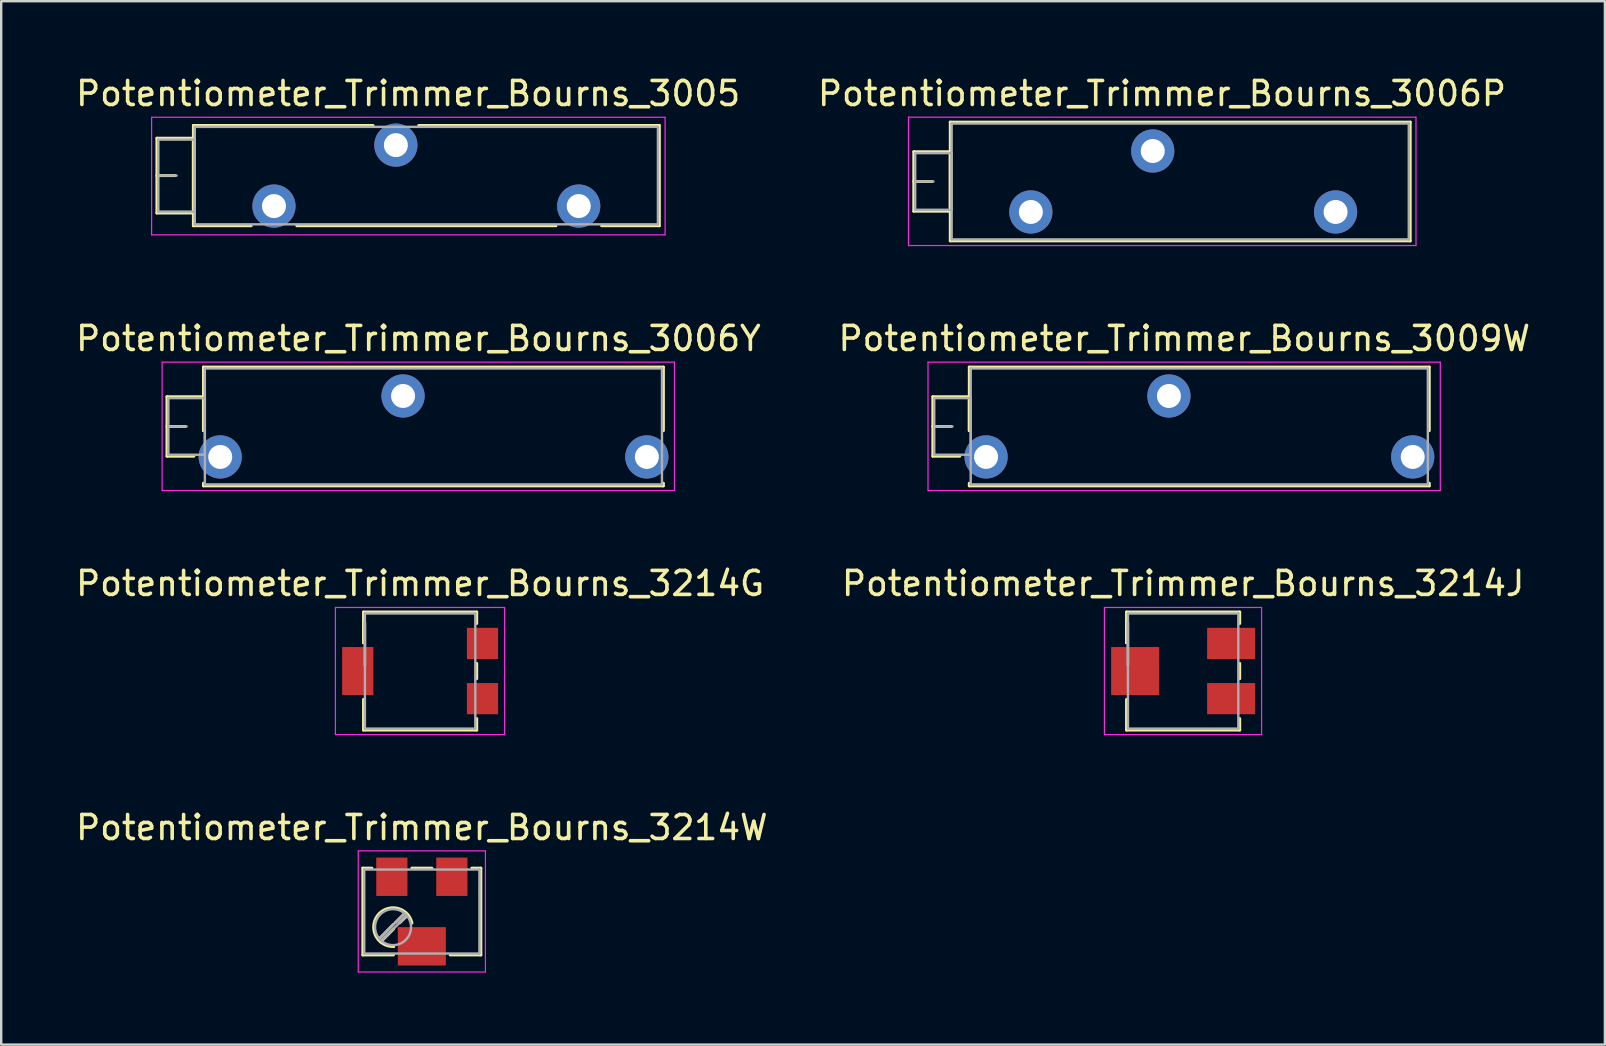
<source format=kicad_pcb>
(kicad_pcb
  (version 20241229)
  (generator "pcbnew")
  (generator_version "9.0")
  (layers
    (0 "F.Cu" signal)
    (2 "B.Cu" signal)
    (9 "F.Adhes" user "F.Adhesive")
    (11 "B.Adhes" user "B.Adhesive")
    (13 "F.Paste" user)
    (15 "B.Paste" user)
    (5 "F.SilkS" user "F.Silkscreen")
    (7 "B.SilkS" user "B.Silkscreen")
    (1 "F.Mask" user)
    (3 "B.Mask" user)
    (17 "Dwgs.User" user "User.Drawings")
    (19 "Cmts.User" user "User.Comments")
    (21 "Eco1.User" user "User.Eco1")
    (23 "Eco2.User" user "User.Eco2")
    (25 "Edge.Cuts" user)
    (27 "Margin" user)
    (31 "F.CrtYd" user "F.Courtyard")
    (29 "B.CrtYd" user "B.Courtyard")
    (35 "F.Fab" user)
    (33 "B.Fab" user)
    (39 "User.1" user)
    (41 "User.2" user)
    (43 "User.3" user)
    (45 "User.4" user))
  (footprint "Potentiometer_Trimmer_Bourns_3005"
    (layer "F.Cu")
    (at 21.068 5.538)
    (property "Reference" "Potentiometer_Trimmer_Bourns_3005" (at -7.11 -4.69 0) (layer "F.SilkS") (effects (font (size 1 1) (thickness 0.15))))
    (attr through_hole)
    (fp_line (start -17.58 -2.83) (end -17.58 0.29) (stroke (width 0.12) (type solid)) (layer "F.SilkS"))
    (fp_line (start -17.58 -2.83) (end -16.061 -2.83) (stroke (width 0.12) (type solid)) (layer "F.SilkS"))
    (fp_line (start -17.58 -1.27) (end -16.82 -1.27) (stroke (width 0.12) (type solid)) (layer "F.SilkS"))
    (fp_line (start -17.58 0.29) (end -16.061 0.29) (stroke (width 0.12) (type solid)) (layer "F.SilkS"))
    (fp_line (start -16.061 -2.83) (end -16.061 0.29) (stroke (width 0.12) (type solid)) (layer "F.SilkS"))
    (fp_line (start -16.06 -3.36) (end -16.06 0.82) (stroke (width 0.12) (type solid)) (layer "F.SilkS"))
    (fp_line (start -16.06 -3.36) (end -8.57 -3.36) (stroke (width 0.12) (type solid)) (layer "F.SilkS"))
    (fp_line (start -16.06 0.82) (end -13.65 0.82) (stroke (width 0.12) (type solid)) (layer "F.SilkS"))
    (fp_line (start -11.749 0.82) (end -0.95 0.82) (stroke (width 0.12) (type solid)) (layer "F.SilkS"))
    (fp_line (start -6.669 -3.36) (end 3.361 -3.36) (stroke (width 0.12) (type solid)) (layer "F.SilkS"))
    (fp_line (start 0.951 0.82) (end 3.361 0.82) (stroke (width 0.12) (type solid)) (layer "F.SilkS"))
    (fp_line (start 3.361 -3.36) (end 3.361 0.82) (stroke (width 0.12) (type solid)) (layer "F.SilkS"))
    (fp_line (start -17.8 -3.7) (end -17.8 1.2) (stroke (width 0.05) (type solid)) (layer "F.CrtYd"))
    (fp_line (start -17.8 1.2) (end 3.6 1.2) (stroke (width 0.05) (type solid)) (layer "F.CrtYd"))
    (fp_line (start 3.6 -3.7) (end -17.8 -3.7) (stroke (width 0.05) (type solid)) (layer "F.CrtYd"))
    (fp_line (start 3.6 1.2) (end 3.6 -3.7) (stroke (width 0.05) (type solid)) (layer "F.CrtYd"))
    (fp_line (start -17.52 -2.77) (end -17.52 0.23) (stroke (width 0.1) (type solid)) (layer "F.Fab"))
    (fp_line (start -17.52 -1.27) (end -16.76 -1.27) (stroke (width 0.1) (type solid)) (layer "F.Fab"))
    (fp_line (start -17.52 0.23) (end -16 0.23) (stroke (width 0.1) (type solid)) (layer "F.Fab"))
    (fp_line (start -16 -3.3) (end -16 0.76) (stroke (width 0.1) (type solid)) (layer "F.Fab"))
    (fp_line (start -16 -2.77) (end -17.52 -2.77) (stroke (width 0.1) (type solid)) (layer "F.Fab"))
    (fp_line (start -16 0.23) (end -16 -2.77) (stroke (width 0.1) (type solid)) (layer "F.Fab"))
    (fp_line (start -16 0.76) (end 3.3 0.76) (stroke (width 0.1) (type solid)) (layer "F.Fab"))
    (fp_line (start 3.3 -3.3) (end -16 -3.3) (stroke (width 0.1) (type solid)) (layer "F.Fab"))
    (fp_line (start 3.3 0.76) (end 3.3 -3.3) (stroke (width 0.1) (type solid)) (layer "F.Fab"))
    (pad "1" thru_hole circle (at 0 0) (size 1.8 1.8) (drill 1) (layers "*.Cu" "*.Mask"))
    (pad "2" thru_hole circle (at -7.62 -2.54) (size 1.8 1.8) (drill 1) (layers "*.Cu" "*.Mask"))
    (pad "3" thru_hole circle (at -12.7 0) (size 1.8 1.8) (drill 1) (layers "*.Cu" "*.Mask")))
  (footprint "Potentiometer_Trimmer_Bourns_3006Y"
    (layer "F.Cu")
    (at 23.907 15.992)
    (property "Reference" "Potentiometer_Trimmer_Bourns_3006Y" (at -9.52 -4.935 0) (layer "F.SilkS") (effects (font (size 1 1) (thickness 0.15))))
    (attr through_hole)
    (fp_line (start -20 -2.51) (end -20 -0.03) (stroke (width 0.12) (type solid)) (layer "F.SilkS"))
    (fp_line (start -20 -2.51) (end -18.481 -2.51) (stroke (width 0.12) (type solid)) (layer "F.SilkS"))
    (fp_line (start -20 -1.27) (end -19.24 -1.27) (stroke (width 0.12) (type solid)) (layer "F.SilkS"))
    (fp_line (start -20 -0.03) (end -18.875 -0.03) (stroke (width 0.12) (type solid)) (layer "F.SilkS"))
    (fp_line (start -18.481 -2.51) (end -18.481 -1.095) (stroke (width 0.12) (type solid)) (layer "F.SilkS"))
    (fp_line (start -18.48 -3.745) (end -18.48 -1.095) (stroke (width 0.12) (type solid)) (layer "F.SilkS"))
    (fp_line (start -18.48 -3.745) (end 0.691 -3.745) (stroke (width 0.12) (type solid)) (layer "F.SilkS"))
    (fp_line (start -18.48 1.095) (end -18.48 1.206) (stroke (width 0.12) (type solid)) (layer "F.SilkS"))
    (fp_line (start -18.48 1.206) (end 0.691 1.206) (stroke (width 0.12) (type solid)) (layer "F.SilkS"))
    (fp_line (start 0.691 -3.745) (end 0.691 -1.095) (stroke (width 0.12) (type solid)) (layer "F.SilkS"))
    (fp_line (start 0.691 1.095) (end 0.691 1.206) (stroke (width 0.12) (type solid)) (layer "F.SilkS"))
    (fp_line (start -20.2 -3.95) (end -20.2 1.4) (stroke (width 0.05) (type solid)) (layer "F.CrtYd"))
    (fp_line (start -20.2 1.4) (end 1.15 1.4) (stroke (width 0.05) (type solid)) (layer "F.CrtYd"))
    (fp_line (start 1.15 -3.95) (end -20.2 -3.95) (stroke (width 0.05) (type solid)) (layer "F.CrtYd"))
    (fp_line (start 1.15 1.4) (end 1.15 -3.95) (stroke (width 0.05) (type solid)) (layer "F.CrtYd"))
    (fp_line (start -19.94 -2.45) (end -19.94 -0.09) (stroke (width 0.1) (type solid)) (layer "F.Fab"))
    (fp_line (start -19.94 -1.27) (end -19.18 -1.27) (stroke (width 0.1) (type solid)) (layer "F.Fab"))
    (fp_line (start -19.94 -0.09) (end -18.42 -0.09) (stroke (width 0.1) (type solid)) (layer "F.Fab"))
    (fp_line (start -18.42 -3.685) (end -18.42 1.145) (stroke (width 0.1) (type solid)) (layer "F.Fab"))
    (fp_line (start -18.42 -2.45) (end -19.94 -2.45) (stroke (width 0.1) (type solid)) (layer "F.Fab"))
    (fp_line (start -18.42 -0.09) (end -18.42 -2.45) (stroke (width 0.1) (type solid)) (layer "F.Fab"))
    (fp_line (start -18.42 1.145) (end 0.63 1.145) (stroke (width 0.1) (type solid)) (layer "F.Fab"))
    (fp_line (start 0.63 -3.685) (end -18.42 -3.685) (stroke (width 0.1) (type solid)) (layer "F.Fab"))
    (fp_line (start 0.63 1.145) (end 0.63 -3.685) (stroke (width 0.1) (type solid)) (layer "F.Fab"))
    (pad "1" thru_hole circle (at 0 0) (size 1.8 1.8) (drill 1) (layers "*.Cu" "*.Mask"))
    (pad "2" thru_hole circle (at -10.16 -2.54) (size 1.8 1.8) (drill 1) (layers "*.Cu" "*.Mask"))
    (pad "3" thru_hole circle (at -17.78 0) (size 1.8 1.8) (drill 1) (layers "*.Cu" "*.Mask")))
  (footprint "Potentiometer_Trimmer_Bourns_3009W"
    (layer "F.Cu")
    (at 55.824 15.992)
    (property "Reference" "Potentiometer_Trimmer_Bourns_3009W" (at -9.52 -4.935 0) (layer "F.SilkS") (effects (font (size 1 1) (thickness 0.15))))
    (attr through_hole)
    (fp_line (start -20 -2.51) (end -20 -0.03) (stroke (width 0.12) (type solid)) (layer "F.SilkS"))
    (fp_line (start -20 -2.51) (end -18.481 -2.51) (stroke (width 0.12) (type solid)) (layer "F.SilkS"))
    (fp_line (start -20 -1.27) (end -19.24 -1.27) (stroke (width 0.12) (type solid)) (layer "F.SilkS"))
    (fp_line (start -20 -0.03) (end -18.875 -0.03) (stroke (width 0.12) (type solid)) (layer "F.SilkS"))
    (fp_line (start -18.481 -2.51) (end -18.481 -1.095) (stroke (width 0.12) (type solid)) (layer "F.SilkS"))
    (fp_line (start -18.48 -3.745) (end -18.48 -1.095) (stroke (width 0.12) (type solid)) (layer "F.SilkS"))
    (fp_line (start -18.48 -3.745) (end 0.691 -3.745) (stroke (width 0.12) (type solid)) (layer "F.SilkS"))
    (fp_line (start -18.48 1.095) (end -18.48 1.206) (stroke (width 0.12) (type solid)) (layer "F.SilkS"))
    (fp_line (start -18.48 1.206) (end 0.691 1.206) (stroke (width 0.12) (type solid)) (layer "F.SilkS"))
    (fp_line (start 0.691 -3.745) (end 0.691 -1.095) (stroke (width 0.12) (type solid)) (layer "F.SilkS"))
    (fp_line (start 0.691 1.095) (end 0.691 1.206) (stroke (width 0.12) (type solid)) (layer "F.SilkS"))
    (fp_line (start -20.2 -3.95) (end -20.2 1.4) (stroke (width 0.05) (type solid)) (layer "F.CrtYd"))
    (fp_line (start -20.2 1.4) (end 1.15 1.4) (stroke (width 0.05) (type solid)) (layer "F.CrtYd"))
    (fp_line (start 1.15 -3.95) (end -20.2 -3.95) (stroke (width 0.05) (type solid)) (layer "F.CrtYd"))
    (fp_line (start 1.15 1.4) (end 1.15 -3.95) (stroke (width 0.05) (type solid)) (layer "F.CrtYd"))
    (fp_line (start -19.94 -2.45) (end -19.94 -0.09) (stroke (width 0.1) (type solid)) (layer "F.Fab"))
    (fp_line (start -19.94 -1.27) (end -19.18 -1.27) (stroke (width 0.1) (type solid)) (layer "F.Fab"))
    (fp_line (start -19.94 -0.09) (end -18.42 -0.09) (stroke (width 0.1) (type solid)) (layer "F.Fab"))
    (fp_line (start -18.42 -3.685) (end -18.42 1.145) (stroke (width 0.1) (type solid)) (layer "F.Fab"))
    (fp_line (start -18.42 -2.45) (end -19.94 -2.45) (stroke (width 0.1) (type solid)) (layer "F.Fab"))
    (fp_line (start -18.42 -0.09) (end -18.42 -2.45) (stroke (width 0.1) (type solid)) (layer "F.Fab"))
    (fp_line (start -18.42 1.145) (end 0.63 1.145) (stroke (width 0.1) (type solid)) (layer "F.Fab"))
    (fp_line (start 0.63 -3.685) (end -18.42 -3.685) (stroke (width 0.1) (type solid)) (layer "F.Fab"))
    (fp_line (start 0.63 1.145) (end 0.63 -3.685) (stroke (width 0.1) (type solid)) (layer "F.Fab"))
    (pad "1" thru_hole circle (at 0 0) (size 1.8 1.8) (drill 1) (layers "*.Cu" "*.Mask"))
    (pad "2" thru_hole circle (at -10.16 -2.54) (size 1.8 1.8) (drill 1) (layers "*.Cu" "*.Mask"))
    (pad "3" thru_hole circle (at -17.78 0) (size 1.8 1.8) (drill 1) (layers "*.Cu" "*.Mask")))
  (footprint "Potentiometer_Trimmer_Bourns_3006P"
    (layer "F.Cu")
    (at 52.61 5.783)
    (property "Reference" "Potentiometer_Trimmer_Bourns_3006P" (at -7.235 -4.935 0) (layer "F.SilkS") (effects (font (size 1 1) (thickness 0.15))))
    (attr through_hole)
    (fp_line (start -17.58 -2.51) (end -17.58 -0.03) (stroke (width 0.12) (type solid)) (layer "F.SilkS"))
    (fp_line (start -17.58 -2.51) (end -16.061 -2.51) (stroke (width 0.12) (type solid)) (layer "F.SilkS"))
    (fp_line (start -17.58 -1.27) (end -16.82 -1.27) (stroke (width 0.12) (type solid)) (layer "F.SilkS"))
    (fp_line (start -17.58 -0.03) (end -16.061 -0.03) (stroke (width 0.12) (type solid)) (layer "F.SilkS"))
    (fp_line (start -16.061 -2.51) (end -16.061 -0.03) (stroke (width 0.12) (type solid)) (layer "F.SilkS"))
    (fp_line (start -16.06 -3.745) (end -16.06 1.206) (stroke (width 0.12) (type solid)) (layer "F.SilkS"))
    (fp_line (start -16.06 -3.745) (end 3.111 -3.745) (stroke (width 0.12) (type solid)) (layer "F.SilkS"))
    (fp_line (start -16.06 1.206) (end 3.111 1.206) (stroke (width 0.12) (type solid)) (layer "F.SilkS"))
    (fp_line (start 3.111 -3.745) (end 3.111 1.206) (stroke (width 0.12) (type solid)) (layer "F.SilkS"))
    (fp_line (start -17.8 -3.95) (end -17.8 1.4) (stroke (width 0.05) (type solid)) (layer "F.CrtYd"))
    (fp_line (start -17.8 1.4) (end 3.35 1.4) (stroke (width 0.05) (type solid)) (layer "F.CrtYd"))
    (fp_line (start 3.35 -3.95) (end -17.8 -3.95) (stroke (width 0.05) (type solid)) (layer "F.CrtYd"))
    (fp_line (start 3.35 1.4) (end 3.35 -3.95) (stroke (width 0.05) (type solid)) (layer "F.CrtYd"))
    (fp_line (start -17.52 -2.45) (end -17.52 -0.09) (stroke (width 0.1) (type solid)) (layer "F.Fab"))
    (fp_line (start -17.52 -1.27) (end -16.76 -1.27) (stroke (width 0.1) (type solid)) (layer "F.Fab"))
    (fp_line (start -17.52 -0.09) (end -16 -0.09) (stroke (width 0.1) (type solid)) (layer "F.Fab"))
    (fp_line (start -16 -3.685) (end -16 1.145) (stroke (width 0.1) (type solid)) (layer "F.Fab"))
    (fp_line (start -16 -2.45) (end -17.52 -2.45) (stroke (width 0.1) (type solid)) (layer "F.Fab"))
    (fp_line (start -16 -0.09) (end -16 -2.45) (stroke (width 0.1) (type solid)) (layer "F.Fab"))
    (fp_line (start -16 1.145) (end 3.05 1.145) (stroke (width 0.1) (type solid)) (layer "F.Fab"))
    (fp_line (start 3.05 -3.685) (end -16 -3.685) (stroke (width 0.1) (type solid)) (layer "F.Fab"))
    (fp_line (start 3.05 1.145) (end 3.05 -3.685) (stroke (width 0.1) (type solid)) (layer "F.Fab"))
    (pad "1" thru_hole circle (at 0 0) (size 1.8 1.8) (drill 1) (layers "*.Cu" "*.Mask"))
    (pad "2" thru_hole circle (at -7.62 -2.54) (size 1.8 1.8) (drill 1) (layers "*.Cu" "*.Mask"))
    (pad "3" thru_hole circle (at -12.7 0) (size 1.8 1.8) (drill 1) (layers "*.Cu" "*.Mask")))
  (footprint "Potentiometer_Trimmer_Bourns_3214W"
    (layer "F.Cu")
    (at 14.53 34.938)
    (property "Reference" "Potentiometer_Trimmer_Bourns_3214W" (at 0 -3.5 0) (layer "F.SilkS") (effects (font (size 1 1) (thickness 0.15))))
    (attr smd)
    (fp_line (start -2.46 -1.81) (end -2.46 1.81) (stroke (width 0.12) (type solid)) (layer "F.SilkS"))
    (fp_line (start -2.46 -1.81) (end -2.08 -1.81) (stroke (width 0.12) (type solid)) (layer "F.SilkS"))
    (fp_line (start -2.46 1.81) (end -1.18 1.81) (stroke (width 0.12) (type solid)) (layer "F.SilkS"))
    (fp_line (start -1.18 0.53) (end -1.81 1.17) (stroke (width 0.12) (type solid)) (layer "F.SilkS"))
    (fp_line (start -1.18 0.73) (end -1.72 1.27) (stroke (width 0.12) (type solid)) (layer "F.SilkS"))
    (fp_line (start -0.68 0.04) (end -1.11 0.47) (stroke (width 0.12) (type solid)) (layer "F.SilkS"))
    (fp_line (start -0.58 0.14) (end -0.92 0.47) (stroke (width 0.12) (type solid)) (layer "F.SilkS"))
    (fp_line (start -0.42 -1.81) (end 0.42 -1.81) (stroke (width 0.12) (type solid)) (layer "F.SilkS"))
    (fp_line (start 1.18 1.81) (end 2.46 1.81) (stroke (width 0.12) (type solid)) (layer "F.SilkS"))
    (fp_line (start 2.08 -1.81) (end 2.46 -1.81) (stroke (width 0.12) (type solid)) (layer "F.SilkS"))
    (fp_line (start 2.46 -1.81) (end 2.46 1.81) (stroke (width 0.12) (type solid)) (layer "F.SilkS"))
    (fp_arc (start -1.183862 1.457923) (mid -1.833678 0.14855) (end -0.41 0.48) (stroke (width 0.12) (type solid)) (layer "F.SilkS"))
    (fp_arc (start -1.171731 1.459507) (mid -1.185863 1.459877) (end -1.2 1.46) (stroke (width 0.12) (type solid)) (layer "F.SilkS"))
    (fp_line (start -2.65 -2.53) (end -2.65 2.52) (stroke (width 0.05) (type solid)) (layer "F.CrtYd"))
    (fp_line (start -2.65 2.52) (end 2.65 2.52) (stroke (width 0.05) (type solid)) (layer "F.CrtYd"))
    (fp_line (start 2.65 -2.53) (end -2.65 -2.53) (stroke (width 0.05) (type solid)) (layer "F.CrtYd"))
    (fp_line (start 2.65 2.52) (end 2.65 -2.53) (stroke (width 0.05) (type solid)) (layer "F.CrtYd"))
    (fp_line (start -2.4 -1.75) (end -2.4 1.75) (stroke (width 0.1) (type solid)) (layer "F.Fab"))
    (fp_line (start -2.4 1.75) (end 2.4 1.75) (stroke (width 0.1) (type solid)) (layer "F.Fab"))
    (fp_line (start -0.72 0.08) (end -1.77 1.13) (stroke (width 0.1) (type solid)) (layer "F.Fab"))
    (fp_line (start -0.63 0.17) (end -1.68 1.22) (stroke (width 0.1) (type solid)) (layer "F.Fab"))
    (fp_line (start 2.4 -1.75) (end -2.4 -1.75) (stroke (width 0.1) (type solid)) (layer "F.Fab"))
    (fp_line (start 2.4 1.75) (end 2.4 -1.75) (stroke (width 0.1) (type solid)) (layer "F.Fab"))
    (fp_circle (center -1.2 0.65) (end -0.45 0.65) (stroke (width 0.1) (type solid)) (fill no) (layer "F.Fab"))
    (pad "1" smd rect (at 1.25 -1.45) (size 1.3 1.6) (layers "F.Cu" "F.Mask"))
    (pad "2" smd rect (at 0 1.45) (size 2 1.6) (layers "F.Cu" "F.Mask"))
    (pad "3" smd rect (at -1.25 -1.45) (size 1.3 1.6) (layers "F.Cu" "F.Mask")))
  (footprint "Potentiometer_Trimmer_Bourns_3214J"
    (layer "F.Cu")
    (at 46.256 24.915)
    (property "Reference" "Potentiometer_Trimmer_Bourns_3214J" (at 0 -3.65 0) (layer "F.SilkS") (effects (font (size 1 1) (thickness 0.15))))
    (attr smd)
    (fp_line (start -2.36 -2.46) (end -2.36 -1.18) (stroke (width 0.12) (type solid)) (layer "F.SilkS"))
    (fp_line (start -2.36 -2.46) (end 2.36 -2.46) (stroke (width 0.12) (type solid)) (layer "F.SilkS"))
    (fp_line (start -2.36 -2.08) (end -2.36 -2.08) (stroke (width 0.12) (type solid)) (layer "F.SilkS"))
    (fp_line (start -2.36 -2.08) (end -2.36 -1.18) (stroke (width 0.12) (type solid)) (layer "F.SilkS"))
    (fp_line (start -2.36 -2.08) (end -2.36 -1.18) (stroke (width 0.12) (type solid)) (layer "F.SilkS"))
    (fp_line (start -2.36 1.18) (end -2.36 2.46) (stroke (width 0.12) (type solid)) (layer "F.SilkS"))
    (fp_line (start -2.36 2.46) (end 2.36 2.46) (stroke (width 0.12) (type solid)) (layer "F.SilkS"))
    (fp_line (start 2.36 -2.46) (end 2.36 -1.98) (stroke (width 0.12) (type solid)) (layer "F.SilkS"))
    (fp_line (start 2.36 -0.32) (end 2.36 0.32) (stroke (width 0.12) (type solid)) (layer "F.SilkS"))
    (fp_line (start 2.36 1.98) (end 2.36 2.46) (stroke (width 0.12) (type solid)) (layer "F.SilkS"))
    (fp_line (start -3.28 -2.65) (end -3.28 2.65) (stroke (width 0.05) (type solid)) (layer "F.CrtYd"))
    (fp_line (start -3.28 2.65) (end 3.27 2.65) (stroke (width 0.05) (type solid)) (layer "F.CrtYd"))
    (fp_line (start 3.27 -2.65) (end -3.28 -2.65) (stroke (width 0.05) (type solid)) (layer "F.CrtYd"))
    (fp_line (start 3.27 2.65) (end 3.27 -2.65) (stroke (width 0.05) (type solid)) (layer "F.CrtYd"))
    (fp_line (start -2.3 -2.4) (end -2.3 2.4) (stroke (width 0.1) (type solid)) (layer "F.Fab"))
    (fp_line (start -2.3 -2.02) (end -2.3 -2.02) (stroke (width 0.1) (type solid)) (layer "F.Fab"))
    (fp_line (start -2.3 -2.02) (end -2.3 -0.24) (stroke (width 0.1) (type solid)) (layer "F.Fab"))
    (fp_line (start -2.3 -1.13) (end -2.3 -1.13) (stroke (width 0.1) (type solid)) (layer "F.Fab"))
    (fp_line (start -2.3 -0.24) (end -2.3 -2.02) (stroke (width 0.1) (type solid)) (layer "F.Fab"))
    (fp_line (start -2.3 -0.24) (end -2.3 -0.24) (stroke (width 0.1) (type solid)) (layer "F.Fab"))
    (fp_line (start -2.3 2.4) (end 2.3 2.4) (stroke (width 0.1) (type solid)) (layer "F.Fab"))
    (fp_line (start 2.3 -2.4) (end -2.3 -2.4) (stroke (width 0.1) (type solid)) (layer "F.Fab"))
    (fp_line (start 2.3 2.4) (end 2.3 -2.4) (stroke (width 0.1) (type solid)) (layer "F.Fab"))
    (pad "1" smd rect (at 2 -1.15) (size 2 1.3) (layers "F.Cu" "F.Mask"))
    (pad "2" smd rect (at -2 0) (size 2 2) (layers "F.Cu" "F.Mask"))
    (pad "3" smd rect (at 2 1.15) (size 2 1.3) (layers "F.Cu" "F.Mask")))
  (footprint "Potentiometer_Trimmer_Bourns_3214G"
    (layer "F.Cu")
    (at 14.458 24.915)
    (property "Reference" "Potentiometer_Trimmer_Bourns_3214G" (at 0 -3.65 0) (layer "F.SilkS") (effects (font (size 1 1) (thickness 0.15))))
    (attr smd)
    (fp_line (start -2.36 -2.46) (end -2.36 -1.18) (stroke (width 0.12) (type solid)) (layer "F.SilkS"))
    (fp_line (start -2.36 -2.46) (end 2.36 -2.46) (stroke (width 0.12) (type solid)) (layer "F.SilkS"))
    (fp_line (start -2.36 -2.08) (end -2.36 -2.08) (stroke (width 0.12) (type solid)) (layer "F.SilkS"))
    (fp_line (start -2.36 -2.08) (end -2.36 -1.18) (stroke (width 0.12) (type solid)) (layer "F.SilkS"))
    (fp_line (start -2.36 -2.08) (end -2.36 -1.18) (stroke (width 0.12) (type solid)) (layer "F.SilkS"))
    (fp_line (start -2.36 1.18) (end -2.36 2.46) (stroke (width 0.12) (type solid)) (layer "F.SilkS"))
    (fp_line (start -2.36 2.46) (end 2.36 2.46) (stroke (width 0.12) (type solid)) (layer "F.SilkS"))
    (fp_line (start 2.36 -2.46) (end 2.36 -1.98) (stroke (width 0.12) (type solid)) (layer "F.SilkS"))
    (fp_line (start 2.36 -0.32) (end 2.36 0.32) (stroke (width 0.12) (type solid)) (layer "F.SilkS"))
    (fp_line (start 2.36 1.98) (end 2.36 2.46) (stroke (width 0.12) (type solid)) (layer "F.SilkS"))
    (fp_line (start -3.53 -2.65) (end -3.53 2.65) (stroke (width 0.05) (type solid)) (layer "F.CrtYd"))
    (fp_line (start -3.53 2.65) (end 3.52 2.65) (stroke (width 0.05) (type solid)) (layer "F.CrtYd"))
    (fp_line (start 3.52 -2.65) (end -3.53 -2.65) (stroke (width 0.05) (type solid)) (layer "F.CrtYd"))
    (fp_line (start 3.52 2.65) (end 3.52 -2.65) (stroke (width 0.05) (type solid)) (layer "F.CrtYd"))
    (fp_line (start -2.3 -2.4) (end -2.3 2.4) (stroke (width 0.1) (type solid)) (layer "F.Fab"))
    (fp_line (start -2.3 -2.02) (end -2.3 -2.02) (stroke (width 0.1) (type solid)) (layer "F.Fab"))
    (fp_line (start -2.3 -2.02) (end -2.3 -0.24) (stroke (width 0.1) (type solid)) (layer "F.Fab"))
    (fp_line (start -2.3 -1.13) (end -2.3 -1.13) (stroke (width 0.1) (type solid)) (layer "F.Fab"))
    (fp_line (start -2.3 -0.24) (end -2.3 -2.02) (stroke (width 0.1) (type solid)) (layer "F.Fab"))
    (fp_line (start -2.3 -0.24) (end -2.3 -0.24) (stroke (width 0.1) (type solid)) (layer "F.Fab"))
    (fp_line (start -2.3 2.4) (end 2.3 2.4) (stroke (width 0.1) (type solid)) (layer "F.Fab"))
    (fp_line (start 2.3 -2.4) (end -2.3 -2.4) (stroke (width 0.1) (type solid)) (layer "F.Fab"))
    (fp_line (start 2.3 2.4) (end 2.3 -2.4) (stroke (width 0.1) (type solid)) (layer "F.Fab"))
    (pad "1" smd rect (at 2.6 -1.15) (size 1.3 1.3) (layers "F.Cu" "F.Mask"))
    (pad "2" smd rect (at -2.6 0) (size 1.3 2) (layers "F.Cu" "F.Mask"))
    (pad "3" smd rect (at 2.6 1.15) (size 1.3 1.3) (layers "F.Cu" "F.Mask")))
  (gr_rect
    (start -3 -3)
    (end 63.833 40.483)
    (stroke (width 0.1) (type default))
    (fill no)
    (layer "Edge.Cuts")))
</source>
